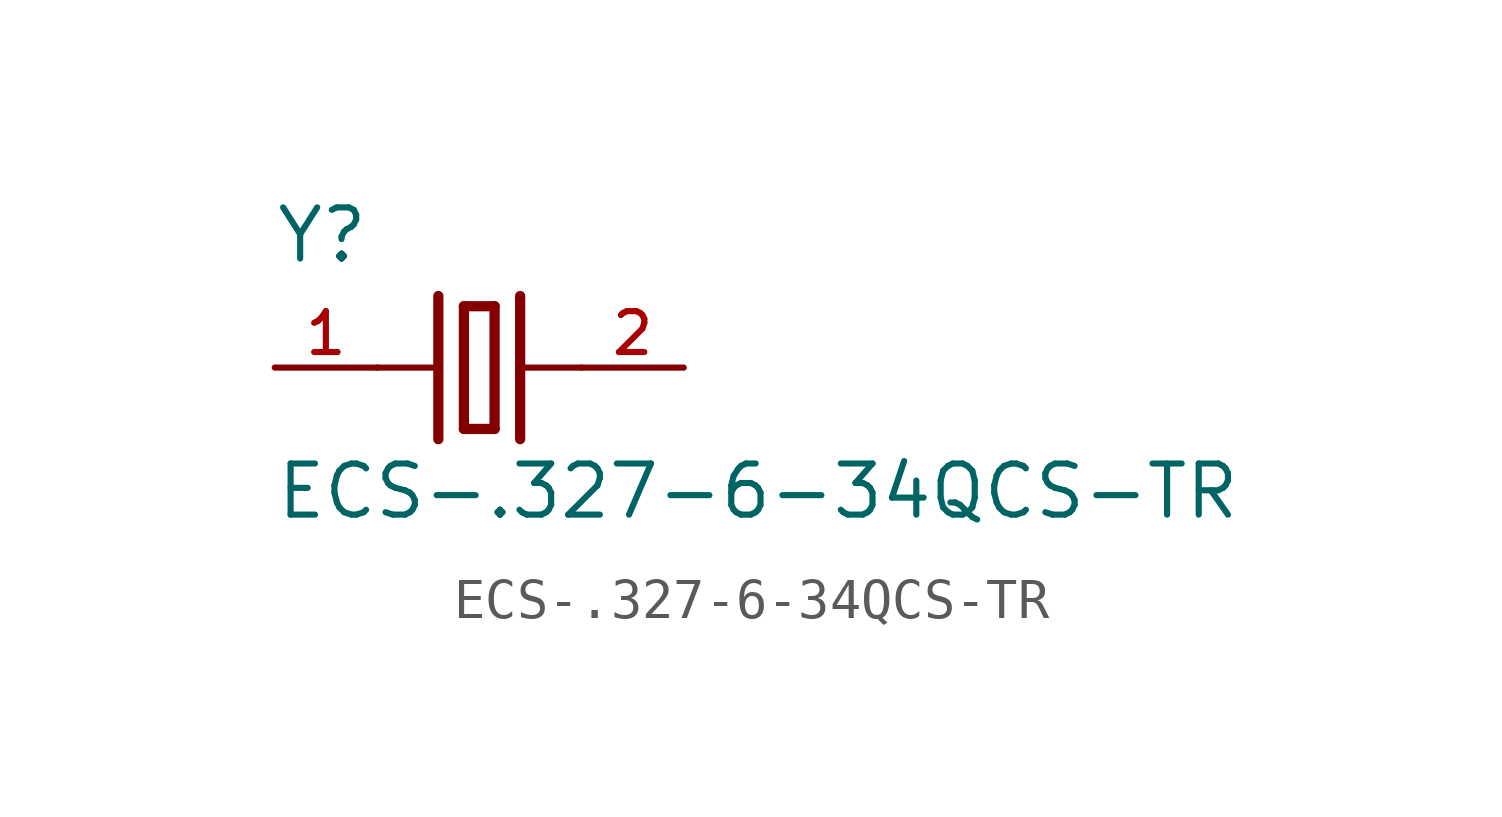
<source format=kicad_sym>
(kicad_symbol_lib
  (version 20211014)
  (generator kicad_symbol_editor)
  (symbol "ECS-.327-6-34QCS-TR"
    (pin_names
      (offset 1.016))
    (property "Reference" "Y"
      (at -5.093 2.546 0)
      (effects (font (size 1.27 1.27)) (justify bottom left)))
    (property "Value" "ECS-.327-6-34QCS-TR"
      (at -5.088 -3.816 0)
      (effects (font (size 1.27 1.27)) (justify bottom left)))
    (symbol "ECS-.327-6-34QCS-TR_0_0"
      (polyline (pts (xy 1.016 0.0) (xy 2.54 0.0)) (stroke (width 0.152)))
      (polyline (pts (xy -2.54 0.0) (xy -1.016 0.0)) (stroke (width 0.152)))
      (polyline (pts (xy -0.381 1.524) (xy -0.381 -1.524)) (stroke (width 0.254)))
      (polyline (pts (xy -0.381 -1.524) (xy 0.381 -1.524)) (stroke (width 0.254)))
      (polyline (pts (xy 0.381 -1.524) (xy 0.381 1.524)) (stroke (width 0.254)))
      (polyline (pts (xy 0.381 1.524) (xy -0.381 1.524)) (stroke (width 0.254)))
      (polyline (pts (xy 1.016 1.778) (xy 1.016 -1.778)) (stroke (width 0.254)))
      (polyline (pts (xy -1.016 1.778) (xy -1.016 -1.778)) (stroke (width 0.254)))
      (pin passive line (at 5.08 0.0 180.0) (length 2.54) (name "~" (effects (font (size 1.016 1.016)))) (number "2" (effects (font (size 1.016 1.016)))))
      (pin passive line (at -5.08 0.0 0) (length 2.54) (name "~" (effects (font (size 1.016 1.016)))) (number "1" (effects (font (size 1.016 1.016))))))))
</source>
